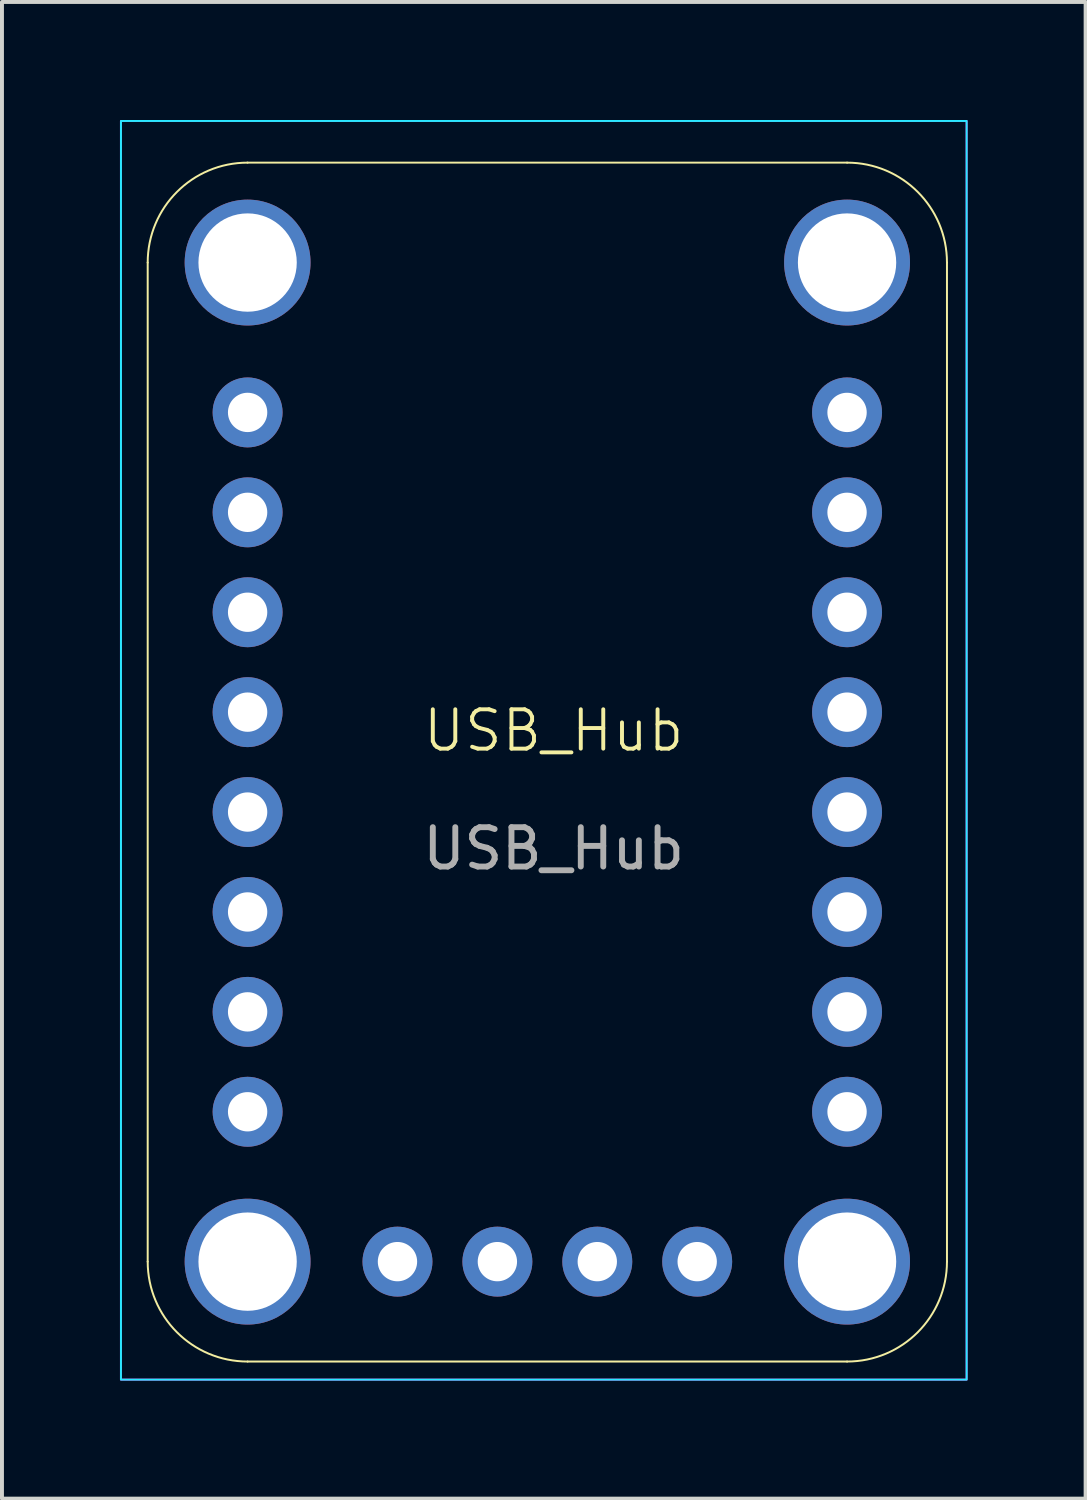
<source format=kicad_pcb>
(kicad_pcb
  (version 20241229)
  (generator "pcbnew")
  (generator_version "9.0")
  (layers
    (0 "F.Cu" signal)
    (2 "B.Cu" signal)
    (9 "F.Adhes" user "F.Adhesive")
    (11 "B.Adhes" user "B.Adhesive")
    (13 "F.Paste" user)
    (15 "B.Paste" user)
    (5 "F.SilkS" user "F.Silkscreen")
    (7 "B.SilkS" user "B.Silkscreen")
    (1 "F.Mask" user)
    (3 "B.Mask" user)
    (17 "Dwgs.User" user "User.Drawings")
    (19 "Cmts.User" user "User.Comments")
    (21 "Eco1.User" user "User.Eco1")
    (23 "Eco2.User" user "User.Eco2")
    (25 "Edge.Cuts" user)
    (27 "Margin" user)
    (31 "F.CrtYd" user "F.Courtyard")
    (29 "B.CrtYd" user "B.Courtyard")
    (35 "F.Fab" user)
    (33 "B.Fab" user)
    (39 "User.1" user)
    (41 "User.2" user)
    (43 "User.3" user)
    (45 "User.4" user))
  (footprint "USB_Hub"
    (layer "F.Cu")
    (at 11.025 16.025)
    (property "Reference" "USB_Hub" (at 0 -0.5 0) (unlocked yes) (layer "F.SilkS") (effects (font (size 1 1) (thickness 0.1))))
    (attr through_hole)
    (fp_line (start -10.32 13) (end -10.32 -12.4) (stroke (width 0.05) (type solid)) (layer "F.SilkS"))
    (fp_line (start -7.78 -14.94) (end 7.46 -14.94) (stroke (width 0.05) (type solid)) (layer "F.SilkS"))
    (fp_line (start 7.46 15.54) (end -7.78 15.54) (stroke (width 0.05) (type solid)) (layer "F.SilkS"))
    (fp_line (start 10 -12.4) (end 10 13) (stroke (width 0.05) (type solid)) (layer "F.SilkS"))
    (fp_arc (start -10.32 -12.4) (mid -9.576051 -14.196051) (end -7.78 -14.94) (stroke (width 0.05) (type solid)) (layer "F.SilkS"))
    (fp_arc (start -7.78 15.54) (mid -9.576051 14.796051) (end -10.32 13) (stroke (width 0.05) (type solid)) (layer "F.SilkS"))
    (fp_arc (start 7.46 -14.94) (mid 9.256051 -14.196051) (end 10 -12.4) (stroke (width 0.05) (type solid)) (layer "F.SilkS"))
    (fp_arc (start 10 13) (mid 9.256051 14.796051) (end 7.46 15.54) (stroke (width 0.05) (type solid)) (layer "F.SilkS"))
    (fp_rect (start -11 -16) (end 10.5 16) (stroke (width 0.05) (type default)) (fill no) (layer "B.CrtYd"))
    (fp_rect (start -11 -16) (end 10.5 16) (stroke (width 0.05) (type default)) (fill no) (layer "F.CrtYd"))
    (fp_text user "${REFERENCE}" (at 0 2.5 0) (unlocked yes) (layer "F.Fab") (effects (font (size 1 1) (thickness 0.15))))
    (pad "00" thru_hole circle (at -7.78 -8.59) (size 1.778 1.778) (drill 1) (layers "*.Cu" "*.Mask"))
    (pad "00" thru_hole circle (at -7.78 1.57) (size 1.778 1.778) (drill 1) (layers "*.Cu" "*.Mask"))
    (pad "00" thru_hole circle (at 3.65 13 270) (size 1.778 1.778) (drill 1) (layers "*.Cu" "*.Mask"))
    (pad "00" thru_hole circle (at 7.46 -8.59) (size 1.778 1.778) (drill 1) (layers "*.Cu" "*.Mask"))
    (pad "00" thru_hole circle (at 7.46 1.57) (size 1.778 1.778) (drill 1) (layers "*.Cu" "*.Mask"))
    (pad "01" thru_hole circle (at 1.11 13 270) (size 1.778 1.778) (drill 1) (layers "*.Cu" "*.Mask"))
    (pad "02" thru_hole circle (at -1.43 13 270) (size 1.778 1.778) (drill 1) (layers "*.Cu" "*.Mask"))
    (pad "03" thru_hole circle (at -7.78 -6.05) (size 1.778 1.778) (drill 1) (layers "*.Cu" "*.Mask"))
    (pad "04" thru_hole circle (at -7.78 -3.51) (size 1.778 1.778) (drill 1) (layers "*.Cu" "*.Mask"))
    (pad "05" thru_hole circle (at 7.46 -6.05) (size 1.778 1.778) (drill 1) (layers "*.Cu" "*.Mask"))
    (pad "06" thru_hole circle (at 7.46 -3.51) (size 1.778 1.778) (drill 1) (layers "*.Cu" "*.Mask"))
    (pad "07" thru_hole circle (at -7.78 4.11) (size 1.778 1.778) (drill 1) (layers "*.Cu" "*.Mask"))
    (pad "08" thru_hole circle (at -7.78 6.65) (size 1.778 1.778) (drill 1) (layers "*.Cu" "*.Mask"))
    (pad "09" thru_hole circle (at 7.46 4.11) (size 1.778 1.778) (drill 1) (layers "*.Cu" "*.Mask"))
    (pad "10" thru_hole circle (at 7.46 6.65) (size 1.778 1.778) (drill 1) (layers "*.Cu" "*.Mask"))
    (pad "G" thru_hole circle (at -7.78 -12.4) (size 3.2 3.2) (drill 2.5) (layers "*.Cu" "*.Mask"))
    (pad "G" thru_hole circle (at -7.78 -0.97) (size 1.778 1.778) (drill 1) (layers "*.Cu" "*.Mask"))
    (pad "G" thru_hole circle (at -7.78 9.19) (size 1.778 1.778) (drill 1) (layers "*.Cu" "*.Mask"))
    (pad "G" thru_hole circle (at -7.78 13 180) (size 3.2 3.2) (drill 2.5) (layers "*.Cu" "*.Mask"))
    (pad "G" thru_hole circle (at -3.97 13 270) (size 1.778 1.778) (drill 1) (layers "*.Cu" "*.Mask"))
    (pad "G" thru_hole circle (at 7.46 -12.4) (size 3.2 3.2) (drill 2.5) (layers "*.Cu" "*.Mask"))
    (pad "G" thru_hole circle (at 7.46 -0.97) (size 1.778 1.778) (drill 1) (layers "*.Cu" "*.Mask"))
    (pad "G" thru_hole circle (at 7.46 9.19) (size 1.778 1.778) (drill 1) (layers "*.Cu" "*.Mask"))
    (pad "G" thru_hole circle (at 7.46 13 180) (size 3.2 3.2) (drill 2.5) (layers "*.Cu" "*.Mask")))
  (gr_rect
    (start -3 -3)
    (end 24.55 35.05)
    (stroke (width 0.1) (type default))
    (fill no)
    (layer "Edge.Cuts")))
</source>
